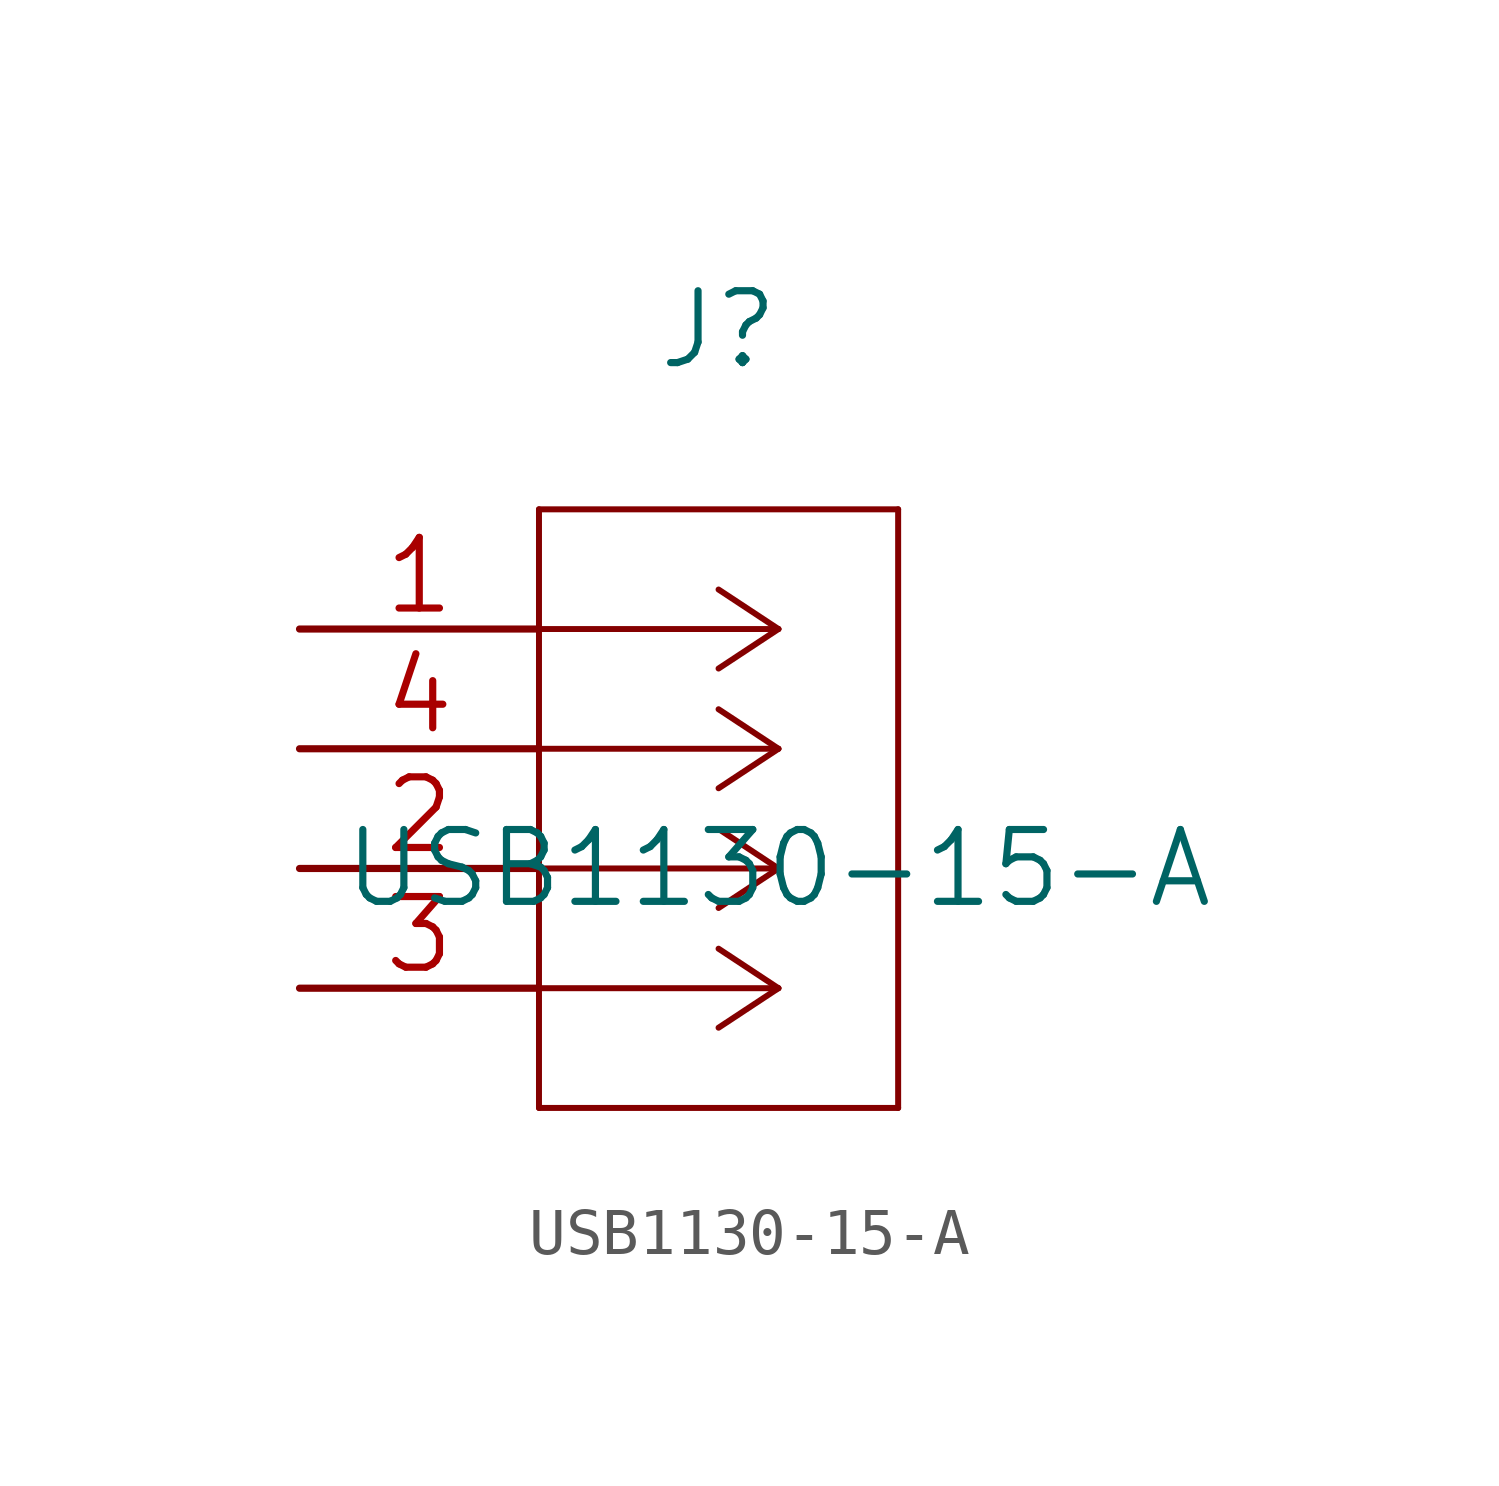
<source format=kicad_sym>
(kicad_symbol_lib
  (version 20211014)
  (generator kicad_symbol_editor)
  (symbol "USB1130-15-A"
    (pin_names
      (offset 0.254) hide)
    (property "Reference" "J"
      (at 8.89 6.35 0)
      (effects (font (size 1.524 1.524))))
    (property "Value" "USB1130-15-A"
      (at 10.16 -5.08 0)
      (effects (font (size 1.524 1.524))))
    (property "Datasheet" ""
      (at 0 0 0)
      (effects (font (size 1.524 1.524))))
    (property "ki_locked" ""
      (at 0 0 0)
      (effects (font (size 1.27 1.27))))
    (symbol "USB1130-15-A_1_1"
      (polyline (pts (xy 5.08 -10.16) (xy 12.7 -10.16)) (stroke (width 0.127) (type default) (color 0 0 0 0)) (fill (type none)))
      (polyline (pts (xy 5.08 2.54) (xy 5.08 -10.16)) (stroke (width 0.127) (type default) (color 0 0 0 0)) (fill (type none)))
      (polyline (pts (xy 10.16 -7.62) (xy 5.08 -7.62)) (stroke (width 0.127) (type default) (color 0 0 0 0)) (fill (type none)))
      (polyline (pts (xy 10.16 -7.62) (xy 8.89 -8.458)) (stroke (width 0.127) (type default) (color 0 0 0 0)) (fill (type none)))
      (polyline (pts (xy 10.16 -7.62) (xy 8.89 -6.782)) (stroke (width 0.127) (type default) (color 0 0 0 0)) (fill (type none)))
      (polyline (pts (xy 10.16 -5.08) (xy 5.08 -5.08)) (stroke (width 0.127) (type default) (color 0 0 0 0)) (fill (type none)))
      (polyline (pts (xy 10.16 -5.08) (xy 8.89 -5.918)) (stroke (width 0.127) (type default) (color 0 0 0 0)) (fill (type none)))
      (polyline (pts (xy 10.16 -5.08) (xy 8.89 -4.242)) (stroke (width 0.127) (type default) (color 0 0 0 0)) (fill (type none)))
      (polyline (pts (xy 10.16 -2.54) (xy 5.08 -2.54)) (stroke (width 0.127) (type default) (color 0 0 0 0)) (fill (type none)))
      (polyline (pts (xy 10.16 -2.54) (xy 8.89 -3.378)) (stroke (width 0.127) (type default) (color 0 0 0 0)) (fill (type none)))
      (polyline (pts (xy 10.16 -2.54) (xy 8.89 -1.702)) (stroke (width 0.127) (type default) (color 0 0 0 0)) (fill (type none)))
      (polyline (pts (xy 10.16 0) (xy 5.08 0)) (stroke (width 0.127) (type default) (color 0 0 0 0)) (fill (type none)))
      (polyline (pts (xy 10.16 0) (xy 8.89 -0.838)) (stroke (width 0.127) (type default) (color 0 0 0 0)) (fill (type none)))
      (polyline (pts (xy 10.16 0) (xy 8.89 0.838)) (stroke (width 0.127) (type default) (color 0 0 0 0)) (fill (type none)))
      (polyline (pts (xy 12.7 -10.16) (xy 12.7 2.54)) (stroke (width 0.127) (type default) (color 0 0 0 0)) (fill (type none)))
      (polyline (pts (xy 12.7 2.54) (xy 5.08 2.54)) (stroke (width 0.127) (type default) (color 0 0 0 0)) (fill (type none)))
      (pin unspecified line (at 0 0 0) (length 5.08) (name "1" (effects (font (size 1.499 1.499)))) (number "1" (effects (font (size 1.499 1.499)))))
      (pin unspecified line (at 0 -5.08 0) (length 5.08) (name "2" (effects (font (size 1.499 1.499)))) (number "2" (effects (font (size 1.499 1.499)))))
      (pin unspecified line (at 0 -7.62 0) (length 5.08) (name "3" (effects (font (size 1.499 1.499)))) (number "3" (effects (font (size 1.499 1.499)))))
      (pin unspecified line (at 0 -2.54 0) (length 5.08) (name "4" (effects (font (size 1.499 1.499)))) (number "4" (effects (font (size 1.499 1.499))))))))
</source>
